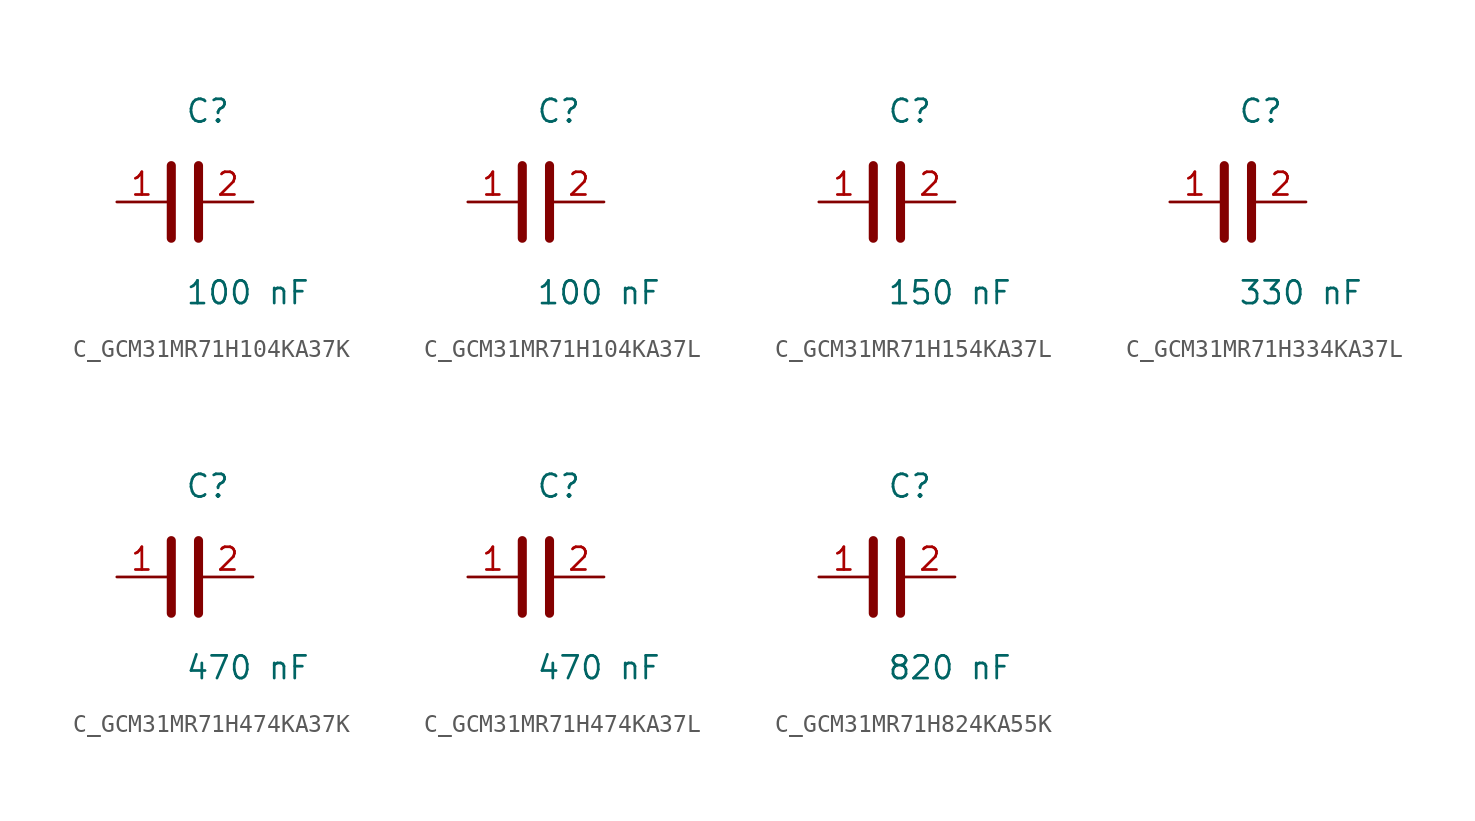
<source format=kicad_sym>
(kicad_symbol_lib
  (version 20231120)
  (generator kicad_symbol_editor)
  (generator_version 8.0)
  (symbol "C_GCM31MR71H104KA37K"
    (pin_names
      (offset 0.254))
    (property "Reference" "C"
      (at 0.0 5.08 0)
      (effects (font (size 1.27 1.27)) (justify left)))
    (property "Value" "100 nF"
      (at 0.0 -5.08 0)
      (effects (font (size 1.27 1.27)) (justify left)))
    (symbol "C_GCM31MR71H104KA37K_0_1"
      (polyline (pts (xy -0.762 -2.032) (xy -0.762 2.032)) (stroke (width 0.508) (type default)) (fill (type none)))
      (polyline (pts (xy 0.762 -2.032) (xy 0.762 2.032)) (stroke (width 0.508) (type default)) (fill (type none))))
    (pin unspecified line
      (at -3.81 0 0)
      (length 2.8)
      (name "" (effects (font (size 1.27 1.27))))
      (number "1" (effects (font (size 1.27 1.27)))))
    (pin unspecified line
      (at 3.81 0 180)
      (length 2.8)
      (name "" (effects (font (size 1.27 1.27))))
      (number "2" (effects (font (size 1.27 1.27))))))
  (symbol "C_GCM31MR71H104KA37L"
    (pin_names
      (offset 0.254))
    (property "Reference" "C"
      (at 0.0 5.08 0)
      (effects (font (size 1.27 1.27)) (justify left)))
    (property "Value" "100 nF"
      (at 0.0 -5.08 0)
      (effects (font (size 1.27 1.27)) (justify left)))
    (symbol "C_GCM31MR71H104KA37L_0_1"
      (polyline (pts (xy -0.762 -2.032) (xy -0.762 2.032)) (stroke (width 0.508) (type default)) (fill (type none)))
      (polyline (pts (xy 0.762 -2.032) (xy 0.762 2.032)) (stroke (width 0.508) (type default)) (fill (type none))))
    (pin unspecified line
      (at -3.81 0 0)
      (length 2.8)
      (name "" (effects (font (size 1.27 1.27))))
      (number "1" (effects (font (size 1.27 1.27)))))
    (pin unspecified line
      (at 3.81 0 180)
      (length 2.8)
      (name "" (effects (font (size 1.27 1.27))))
      (number "2" (effects (font (size 1.27 1.27))))))
  (symbol "C_GCM31MR71H154KA37L"
    (pin_names
      (offset 0.254))
    (property "Reference" "C"
      (at 0.0 5.08 0)
      (effects (font (size 1.27 1.27)) (justify left)))
    (property "Value" "150 nF"
      (at 0.0 -5.08 0)
      (effects (font (size 1.27 1.27)) (justify left)))
    (symbol "C_GCM31MR71H154KA37L_0_1"
      (polyline (pts (xy -0.762 -2.032) (xy -0.762 2.032)) (stroke (width 0.508) (type default)) (fill (type none)))
      (polyline (pts (xy 0.762 -2.032) (xy 0.762 2.032)) (stroke (width 0.508) (type default)) (fill (type none))))
    (pin unspecified line
      (at -3.81 0 0)
      (length 2.8)
      (name "" (effects (font (size 1.27 1.27))))
      (number "1" (effects (font (size 1.27 1.27)))))
    (pin unspecified line
      (at 3.81 0 180)
      (length 2.8)
      (name "" (effects (font (size 1.27 1.27))))
      (number "2" (effects (font (size 1.27 1.27))))))
  (symbol "C_GCM31MR71H334KA37L"
    (pin_names
      (offset 0.254))
    (property "Reference" "C"
      (at 0.0 5.08 0)
      (effects (font (size 1.27 1.27)) (justify left)))
    (property "Value" "330 nF"
      (at 0.0 -5.08 0)
      (effects (font (size 1.27 1.27)) (justify left)))
    (symbol "C_GCM31MR71H334KA37L_0_1"
      (polyline (pts (xy -0.762 -2.032) (xy -0.762 2.032)) (stroke (width 0.508) (type default)) (fill (type none)))
      (polyline (pts (xy 0.762 -2.032) (xy 0.762 2.032)) (stroke (width 0.508) (type default)) (fill (type none))))
    (pin unspecified line
      (at -3.81 0 0)
      (length 2.8)
      (name "" (effects (font (size 1.27 1.27))))
      (number "1" (effects (font (size 1.27 1.27)))))
    (pin unspecified line
      (at 3.81 0 180)
      (length 2.8)
      (name "" (effects (font (size 1.27 1.27))))
      (number "2" (effects (font (size 1.27 1.27))))))
  (symbol "C_GCM31MR71H474KA37K"
    (pin_names
      (offset 0.254))
    (property "Reference" "C"
      (at 0.0 5.08 0)
      (effects (font (size 1.27 1.27)) (justify left)))
    (property "Value" "470 nF"
      (at 0.0 -5.08 0)
      (effects (font (size 1.27 1.27)) (justify left)))
    (symbol "C_GCM31MR71H474KA37K_0_1"
      (polyline (pts (xy -0.762 -2.032) (xy -0.762 2.032)) (stroke (width 0.508) (type default)) (fill (type none)))
      (polyline (pts (xy 0.762 -2.032) (xy 0.762 2.032)) (stroke (width 0.508) (type default)) (fill (type none))))
    (pin unspecified line
      (at -3.81 0 0)
      (length 2.8)
      (name "" (effects (font (size 1.27 1.27))))
      (number "1" (effects (font (size 1.27 1.27)))))
    (pin unspecified line
      (at 3.81 0 180)
      (length 2.8)
      (name "" (effects (font (size 1.27 1.27))))
      (number "2" (effects (font (size 1.27 1.27))))))
  (symbol "C_GCM31MR71H474KA37L"
    (pin_names
      (offset 0.254))
    (property "Reference" "C"
      (at 0.0 5.08 0)
      (effects (font (size 1.27 1.27)) (justify left)))
    (property "Value" "470 nF"
      (at 0.0 -5.08 0)
      (effects (font (size 1.27 1.27)) (justify left)))
    (symbol "C_GCM31MR71H474KA37L_0_1"
      (polyline (pts (xy -0.762 -2.032) (xy -0.762 2.032)) (stroke (width 0.508) (type default)) (fill (type none)))
      (polyline (pts (xy 0.762 -2.032) (xy 0.762 2.032)) (stroke (width 0.508) (type default)) (fill (type none))))
    (pin unspecified line
      (at -3.81 0 0)
      (length 2.8)
      (name "" (effects (font (size 1.27 1.27))))
      (number "1" (effects (font (size 1.27 1.27)))))
    (pin unspecified line
      (at 3.81 0 180)
      (length 2.8)
      (name "" (effects (font (size 1.27 1.27))))
      (number "2" (effects (font (size 1.27 1.27))))))
  (symbol "C_GCM31MR71H824KA55K"
    (pin_names
      (offset 0.254))
    (property "Reference" "C"
      (at 0.0 5.08 0)
      (effects (font (size 1.27 1.27)) (justify left)))
    (property "Value" "820 nF"
      (at 0.0 -5.08 0)
      (effects (font (size 1.27 1.27)) (justify left)))
    (symbol "C_GCM31MR71H824KA55K_0_1"
      (polyline (pts (xy -0.762 -2.032) (xy -0.762 2.032)) (stroke (width 0.508) (type default)) (fill (type none)))
      (polyline (pts (xy 0.762 -2.032) (xy 0.762 2.032)) (stroke (width 0.508) (type default)) (fill (type none))))
    (pin unspecified line
      (at -3.81 0 0)
      (length 2.8)
      (name "" (effects (font (size 1.27 1.27))))
      (number "1" (effects (font (size 1.27 1.27)))))
    (pin unspecified line
      (at 3.81 0 180)
      (length 2.8)
      (name "" (effects (font (size 1.27 1.27))))
      (number "2" (effects (font (size 1.27 1.27)))))))
</source>
